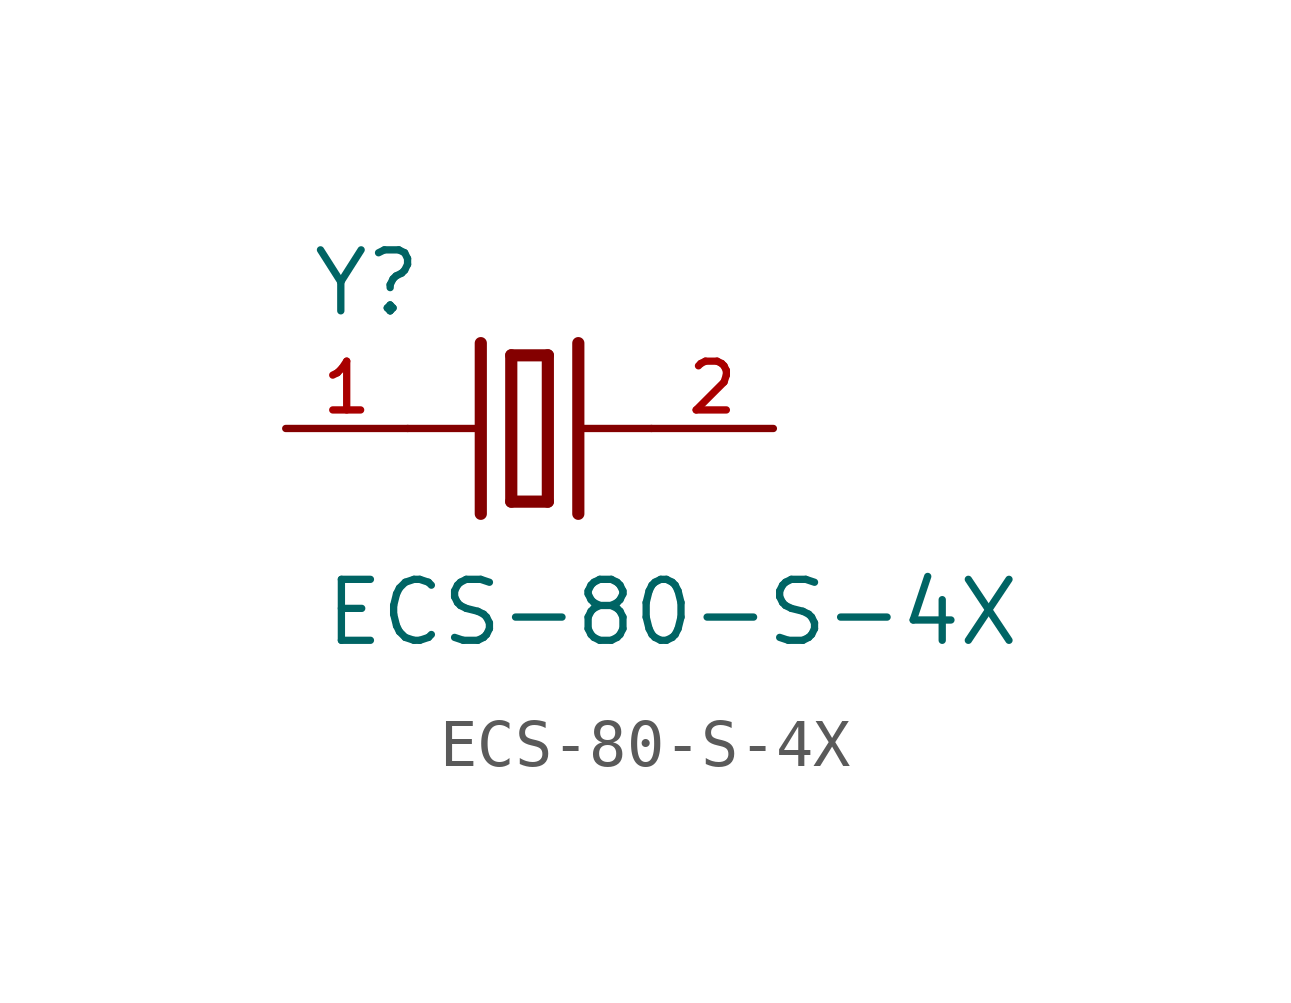
<source format=kicad_sym>
(kicad_symbol_lib
  (version 20211014)
  (generator kicad_symbol_editor)
  (symbol "ECS-80-S-4X"
    (pin_names
      (offset 1.016))
    (property "Reference" "Y"
      (at -4.577 2.288 0)
      (effects (font (size 1.27 1.27)) (justify bottom left)))
    (property "Value" "ECS-80-S-4X"
      (at -4.323 -4.577 0)
      (effects (font (size 1.27 1.27)) (justify bottom left)))
    (symbol "ECS-80-S-4X_0_0"
      (polyline (pts (xy 1.016 0.0) (xy 2.54 0.0)) (stroke (width 0.152)))
      (polyline (pts (xy -2.54 0.0) (xy -1.016 0.0)) (stroke (width 0.152)))
      (polyline (pts (xy -0.381 1.524) (xy -0.381 -1.524)) (stroke (width 0.254)))
      (polyline (pts (xy -0.381 -1.524) (xy 0.381 -1.524)) (stroke (width 0.254)))
      (polyline (pts (xy 0.381 -1.524) (xy 0.381 1.524)) (stroke (width 0.254)))
      (polyline (pts (xy 0.381 1.524) (xy -0.381 1.524)) (stroke (width 0.254)))
      (polyline (pts (xy 1.016 1.778) (xy 1.016 -1.778)) (stroke (width 0.254)))
      (polyline (pts (xy -1.016 1.778) (xy -1.016 -1.778)) (stroke (width 0.254)))
      (pin passive line (at 5.08 0.0 180.0) (length 2.54) (name "~" (effects (font (size 1.016 1.016)))) (number "2" (effects (font (size 1.016 1.016)))))
      (pin passive line (at -5.08 0.0 0) (length 2.54) (name "~" (effects (font (size 1.016 1.016)))) (number "1" (effects (font (size 1.016 1.016))))))))
</source>
